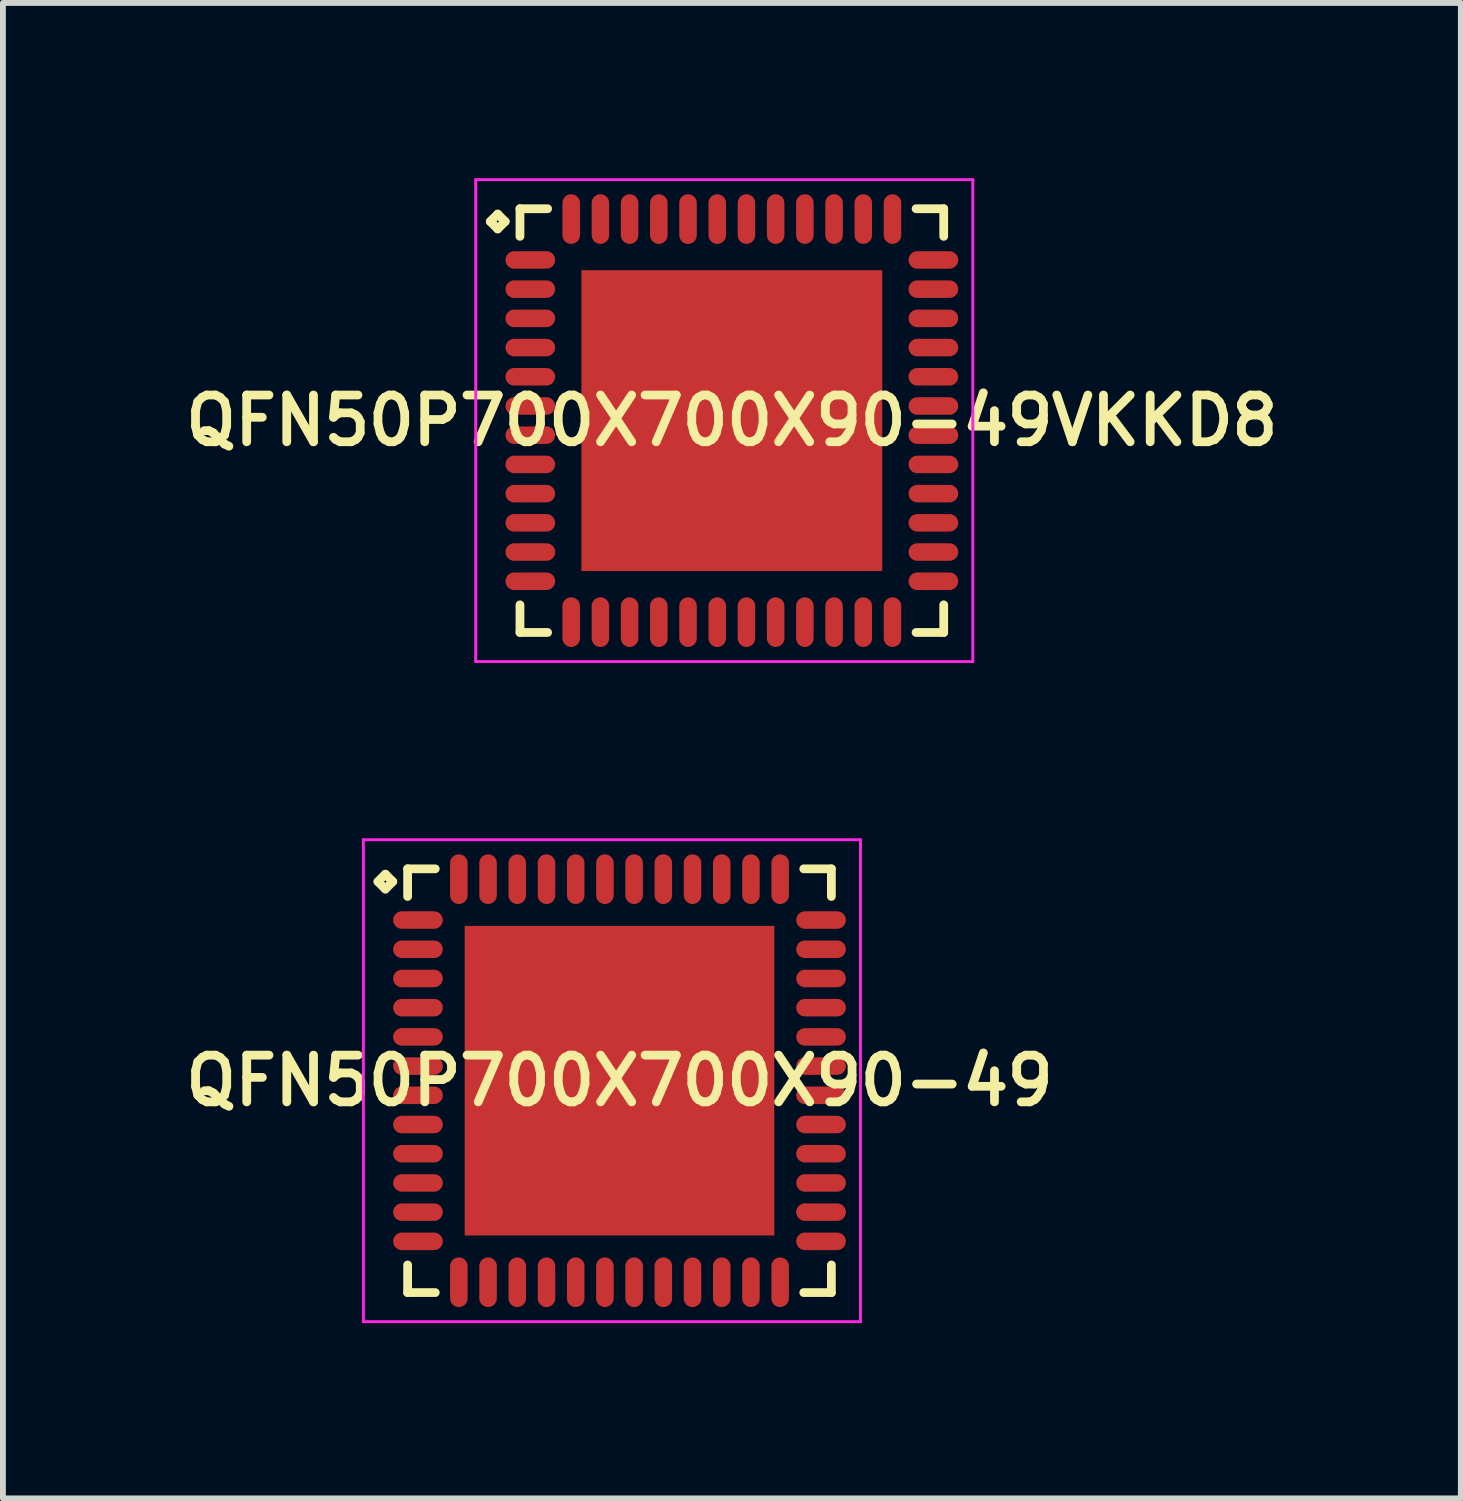
<source format=kicad_pcb>
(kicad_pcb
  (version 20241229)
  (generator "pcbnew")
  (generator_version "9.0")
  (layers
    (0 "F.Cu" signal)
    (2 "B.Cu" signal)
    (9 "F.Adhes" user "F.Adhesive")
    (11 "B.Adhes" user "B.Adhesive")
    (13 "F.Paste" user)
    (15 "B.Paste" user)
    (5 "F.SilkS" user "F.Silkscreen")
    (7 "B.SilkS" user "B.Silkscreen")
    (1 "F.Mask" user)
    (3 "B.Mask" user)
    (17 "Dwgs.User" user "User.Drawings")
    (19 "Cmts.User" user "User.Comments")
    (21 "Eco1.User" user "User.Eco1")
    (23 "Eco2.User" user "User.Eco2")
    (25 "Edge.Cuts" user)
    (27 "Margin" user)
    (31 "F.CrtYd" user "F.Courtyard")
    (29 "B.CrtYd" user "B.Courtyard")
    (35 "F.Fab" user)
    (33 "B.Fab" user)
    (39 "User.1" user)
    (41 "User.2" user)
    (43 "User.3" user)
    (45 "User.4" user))
  (footprint "QFN50P700X700X90-49"
    (layer "F.Cu")
    (at 7.555 15.45)
    (property "Reference" "QFN50P700X700X90-49" (at 0 0 0) (layer "F.SilkS") (effects (font (size 0.8 0.8) (thickness 0.15))))
    (attr smd)
    (fp_line (start -4.135 -3.408) (end -4.008 -3.535) (stroke (width 0.15) (type solid)) (layer "F.SilkS"))
    (fp_line (start -4.008 -3.535) (end -3.881 -3.408) (stroke (width 0.15) (type solid)) (layer "F.SilkS"))
    (fp_line (start -4.008 -3.281) (end -4.135 -3.408) (stroke (width 0.15) (type solid)) (layer "F.SilkS"))
    (fp_line (start -3.881 -3.408) (end -4.008 -3.281) (stroke (width 0.15) (type solid)) (layer "F.SilkS"))
    (fp_line (start -3.627 -3.627) (end -3.154 -3.627) (stroke (width 0.15) (type solid)) (layer "F.SilkS"))
    (fp_line (start -3.627 -3.154) (end -3.627 -3.627) (stroke (width 0.15) (type solid)) (layer "F.SilkS"))
    (fp_line (start -3.627 3.154) (end -3.627 3.627) (stroke (width 0.15) (type solid)) (layer "F.SilkS"))
    (fp_line (start -3.627 3.627) (end -3.154 3.627) (stroke (width 0.15) (type solid)) (layer "F.SilkS"))
    (fp_line (start 3.154 -3.627) (end 3.627 -3.627) (stroke (width 0.15) (type solid)) (layer "F.SilkS"))
    (fp_line (start 3.154 3.627) (end 3.627 3.627) (stroke (width 0.15) (type solid)) (layer "F.SilkS"))
    (fp_line (start 3.627 -3.627) (end 3.627 -3.154) (stroke (width 0.15) (type solid)) (layer "F.SilkS"))
    (fp_line (start 3.627 3.627) (end 3.627 3.154) (stroke (width 0.15) (type solid)) (layer "F.SilkS"))
    (fp_line (start -4.385 -4.125) (end 4.125 -4.125) (stroke (width 0.05) (type solid)) (layer "F.CrtYd"))
    (fp_line (start -4.385 4.125) (end -4.385 -4.125) (stroke (width 0.05) (type solid)) (layer "F.CrtYd"))
    (fp_line (start 4.125 -4.125) (end 4.125 4.125) (stroke (width 0.05) (type solid)) (layer "F.CrtYd"))
    (fp_line (start 4.125 4.125) (end -4.385 4.125) (stroke (width 0.05) (type solid)) (layer "F.CrtYd"))
    (pad "1" smd oval (at -3.45 -2.75) (size 0.85 0.3) (layers "F.Cu" "F.Mask" "F.Paste"))
    (pad "2" smd oval (at -3.45 -2.25) (size 0.85 0.3) (layers "F.Cu" "F.Mask" "F.Paste"))
    (pad "3" smd oval (at -3.45 -1.75) (size 0.85 0.3) (layers "F.Cu" "F.Mask" "F.Paste"))
    (pad "4" smd oval (at -3.45 -1.25) (size 0.85 0.3) (layers "F.Cu" "F.Mask" "F.Paste"))
    (pad "5" smd oval (at -3.45 -0.75) (size 0.85 0.3) (layers "F.Cu" "F.Mask" "F.Paste"))
    (pad "6" smd oval (at -3.45 -0.25) (size 0.85 0.3) (layers "F.Cu" "F.Mask" "F.Paste"))
    (pad "7" smd oval (at -3.45 0.25) (size 0.85 0.3) (layers "F.Cu" "F.Mask" "F.Paste"))
    (pad "8" smd oval (at -3.45 0.75) (size 0.85 0.3) (layers "F.Cu" "F.Mask" "F.Paste"))
    (pad "9" smd oval (at -3.45 1.25) (size 0.85 0.3) (layers "F.Cu" "F.Mask" "F.Paste"))
    (pad "10" smd oval (at -3.45 1.75) (size 0.85 0.3) (layers "F.Cu" "F.Mask" "F.Paste"))
    (pad "11" smd oval (at -3.45 2.25) (size 0.85 0.3) (layers "F.Cu" "F.Mask" "F.Paste"))
    (pad "12" smd oval (at -3.45 2.75) (size 0.85 0.3) (layers "F.Cu" "F.Mask" "F.Paste"))
    (pad "13" smd oval (at -2.75 3.45) (size 0.3 0.85) (layers "F.Cu" "F.Mask" "F.Paste"))
    (pad "14" smd oval (at -2.25 3.45) (size 0.3 0.85) (layers "F.Cu" "F.Mask" "F.Paste"))
    (pad "15" smd oval (at -1.75 3.45) (size 0.3 0.85) (layers "F.Cu" "F.Mask" "F.Paste"))
    (pad "16" smd oval (at -1.25 3.45) (size 0.3 0.85) (layers "F.Cu" "F.Mask" "F.Paste"))
    (pad "17" smd oval (at -0.75 3.45) (size 0.3 0.85) (layers "F.Cu" "F.Mask" "F.Paste"))
    (pad "18" smd oval (at -0.25 3.45) (size 0.3 0.85) (layers "F.Cu" "F.Mask" "F.Paste"))
    (pad "19" smd oval (at 0.25 3.45) (size 0.3 0.85) (layers "F.Cu" "F.Mask" "F.Paste"))
    (pad "20" smd oval (at 0.75 3.45) (size 0.3 0.85) (layers "F.Cu" "F.Mask" "F.Paste"))
    (pad "21" smd oval (at 1.25 3.45) (size 0.3 0.85) (layers "F.Cu" "F.Mask" "F.Paste"))
    (pad "22" smd oval (at 1.75 3.45) (size 0.3 0.85) (layers "F.Cu" "F.Mask" "F.Paste"))
    (pad "23" smd oval (at 2.25 3.45) (size 0.3 0.85) (layers "F.Cu" "F.Mask" "F.Paste"))
    (pad "24" smd oval (at 2.75 3.45) (size 0.3 0.85) (layers "F.Cu" "F.Mask" "F.Paste"))
    (pad "25" smd oval (at 3.45 2.75) (size 0.85 0.3) (layers "F.Cu" "F.Mask" "F.Paste"))
    (pad "26" smd oval (at 3.45 2.25) (size 0.85 0.3) (layers "F.Cu" "F.Mask" "F.Paste"))
    (pad "27" smd oval (at 3.45 1.75) (size 0.85 0.3) (layers "F.Cu" "F.Mask" "F.Paste"))
    (pad "28" smd oval (at 3.45 1.25) (size 0.85 0.3) (layers "F.Cu" "F.Mask" "F.Paste"))
    (pad "29" smd oval (at 3.45 0.75) (size 0.85 0.3) (layers "F.Cu" "F.Mask" "F.Paste"))
    (pad "30" smd oval (at 3.45 0.25) (size 0.85 0.3) (layers "F.Cu" "F.Mask" "F.Paste"))
    (pad "31" smd oval (at 3.45 -0.25) (size 0.85 0.3) (layers "F.Cu" "F.Mask" "F.Paste"))
    (pad "32" smd oval (at 3.45 -0.75) (size 0.85 0.3) (layers "F.Cu" "F.Mask" "F.Paste"))
    (pad "33" smd oval (at 3.45 -1.25) (size 0.85 0.3) (layers "F.Cu" "F.Mask" "F.Paste"))
    (pad "34" smd oval (at 3.45 -1.75) (size 0.85 0.3) (layers "F.Cu" "F.Mask" "F.Paste"))
    (pad "35" smd oval (at 3.45 -2.25) (size 0.85 0.3) (layers "F.Cu" "F.Mask" "F.Paste"))
    (pad "36" smd oval (at 3.45 -2.75) (size 0.85 0.3) (layers "F.Cu" "F.Mask" "F.Paste"))
    (pad "37" smd oval (at 2.75 -3.45) (size 0.3 0.85) (layers "F.Cu" "F.Mask" "F.Paste"))
    (pad "38" smd oval (at 2.25 -3.45) (size 0.3 0.85) (layers "F.Cu" "F.Mask" "F.Paste"))
    (pad "39" smd oval (at 1.75 -3.45) (size 0.3 0.85) (layers "F.Cu" "F.Mask" "F.Paste"))
    (pad "40" smd oval (at 1.25 -3.45) (size 0.3 0.85) (layers "F.Cu" "F.Mask" "F.Paste"))
    (pad "41" smd oval (at 0.75 -3.45) (size 0.3 0.85) (layers "F.Cu" "F.Mask" "F.Paste"))
    (pad "42" smd oval (at 0.25 -3.45) (size 0.3 0.85) (layers "F.Cu" "F.Mask" "F.Paste"))
    (pad "43" smd oval (at -0.25 -3.45) (size 0.3 0.85) (layers "F.Cu" "F.Mask" "F.Paste"))
    (pad "44" smd oval (at -0.75 -3.45) (size 0.3 0.85) (layers "F.Cu" "F.Mask" "F.Paste"))
    (pad "45" smd oval (at -1.25 -3.45) (size 0.3 0.85) (layers "F.Cu" "F.Mask" "F.Paste"))
    (pad "46" smd oval (at -1.75 -3.45) (size 0.3 0.85) (layers "F.Cu" "F.Mask" "F.Paste"))
    (pad "47" smd oval (at -2.25 -3.45) (size 0.3 0.85) (layers "F.Cu" "F.Mask" "F.Paste"))
    (pad "48" smd oval (at -2.75 -3.45) (size 0.3 0.85) (layers "F.Cu" "F.Mask" "F.Paste"))
    (pad "49" smd rect (at 0 0) (size 5.3 5.3) (layers "F.Cu" "F.Mask" "F.Paste")))
  (footprint "QFN50P700X700X90-49VKKD8"
    (layer "F.Cu")
    (at 9.478 4.15)
    (property "Reference" "QFN50P700X700X90-49VKKD8" (at 0 0 0) (layer "F.SilkS") (effects (font (size 0.8 0.8) (thickness 0.15))))
    (attr smd)
    (fp_line (start -4.135 -3.408) (end -4.008 -3.535) (stroke (width 0.15) (type solid)) (layer "F.SilkS"))
    (fp_line (start -4.008 -3.535) (end -3.881 -3.408) (stroke (width 0.15) (type solid)) (layer "F.SilkS"))
    (fp_line (start -4.008 -3.281) (end -4.135 -3.408) (stroke (width 0.15) (type solid)) (layer "F.SilkS"))
    (fp_line (start -3.881 -3.408) (end -4.008 -3.281) (stroke (width 0.15) (type solid)) (layer "F.SilkS"))
    (fp_line (start -3.627 -3.627) (end -3.154 -3.627) (stroke (width 0.15) (type solid)) (layer "F.SilkS"))
    (fp_line (start -3.627 -3.154) (end -3.627 -3.627) (stroke (width 0.15) (type solid)) (layer "F.SilkS"))
    (fp_line (start -3.627 3.154) (end -3.627 3.627) (stroke (width 0.15) (type solid)) (layer "F.SilkS"))
    (fp_line (start -3.627 3.627) (end -3.154 3.627) (stroke (width 0.15) (type solid)) (layer "F.SilkS"))
    (fp_line (start 3.154 -3.627) (end 3.627 -3.627) (stroke (width 0.15) (type solid)) (layer "F.SilkS"))
    (fp_line (start 3.154 3.627) (end 3.627 3.627) (stroke (width 0.15) (type solid)) (layer "F.SilkS"))
    (fp_line (start 3.627 -3.627) (end 3.627 -3.154) (stroke (width 0.15) (type solid)) (layer "F.SilkS"))
    (fp_line (start 3.627 3.627) (end 3.627 3.154) (stroke (width 0.15) (type solid)) (layer "F.SilkS"))
    (fp_line (start -4.385 -4.125) (end 4.125 -4.125) (stroke (width 0.05) (type solid)) (layer "F.CrtYd"))
    (fp_line (start -4.385 4.125) (end -4.385 -4.125) (stroke (width 0.05) (type solid)) (layer "F.CrtYd"))
    (fp_line (start 4.125 -4.125) (end 4.125 4.125) (stroke (width 0.05) (type solid)) (layer "F.CrtYd"))
    (fp_line (start 4.125 4.125) (end -4.385 4.125) (stroke (width 0.05) (type solid)) (layer "F.CrtYd"))
    (pad "1" smd oval (at -3.45 -2.75) (size 0.85 0.3) (layers "F.Cu" "F.Mask" "F.Paste"))
    (pad "2" smd oval (at -3.45 -2.25) (size 0.85 0.3) (layers "F.Cu" "F.Mask" "F.Paste"))
    (pad "3" smd oval (at -3.45 -1.75) (size 0.85 0.3) (layers "F.Cu" "F.Mask" "F.Paste"))
    (pad "4" smd oval (at -3.45 -1.25) (size 0.85 0.3) (layers "F.Cu" "F.Mask" "F.Paste"))
    (pad "5" smd oval (at -3.45 -0.75) (size 0.85 0.3) (layers "F.Cu" "F.Mask" "F.Paste"))
    (pad "6" smd oval (at -3.45 -0.25) (size 0.85 0.3) (layers "F.Cu" "F.Mask" "F.Paste"))
    (pad "7" smd oval (at -3.45 0.25) (size 0.85 0.3) (layers "F.Cu" "F.Mask" "F.Paste"))
    (pad "8" smd oval (at -3.45 0.75) (size 0.85 0.3) (layers "F.Cu" "F.Mask" "F.Paste"))
    (pad "9" smd oval (at -3.45 1.25) (size 0.85 0.3) (layers "F.Cu" "F.Mask" "F.Paste"))
    (pad "10" smd oval (at -3.45 1.75) (size 0.85 0.3) (layers "F.Cu" "F.Mask" "F.Paste"))
    (pad "11" smd oval (at -3.45 2.25) (size 0.85 0.3) (layers "F.Cu" "F.Mask" "F.Paste"))
    (pad "12" smd oval (at -3.45 2.75) (size 0.85 0.3) (layers "F.Cu" "F.Mask" "F.Paste"))
    (pad "13" smd oval (at -2.75 3.45) (size 0.3 0.85) (layers "F.Cu" "F.Mask" "F.Paste"))
    (pad "14" smd oval (at -2.25 3.45) (size 0.3 0.85) (layers "F.Cu" "F.Mask" "F.Paste"))
    (pad "15" smd oval (at -1.75 3.45) (size 0.3 0.85) (layers "F.Cu" "F.Mask" "F.Paste"))
    (pad "16" smd oval (at -1.25 3.45) (size 0.3 0.85) (layers "F.Cu" "F.Mask" "F.Paste"))
    (pad "17" smd oval (at -0.75 3.45) (size 0.3 0.85) (layers "F.Cu" "F.Mask" "F.Paste"))
    (pad "18" smd oval (at -0.25 3.45) (size 0.3 0.85) (layers "F.Cu" "F.Mask" "F.Paste"))
    (pad "19" smd oval (at 0.25 3.45) (size 0.3 0.85) (layers "F.Cu" "F.Mask" "F.Paste"))
    (pad "20" smd oval (at 0.75 3.45) (size 0.3 0.85) (layers "F.Cu" "F.Mask" "F.Paste"))
    (pad "21" smd oval (at 1.25 3.45) (size 0.3 0.85) (layers "F.Cu" "F.Mask" "F.Paste"))
    (pad "22" smd oval (at 1.75 3.45) (size 0.3 0.85) (layers "F.Cu" "F.Mask" "F.Paste"))
    (pad "23" smd oval (at 2.25 3.45) (size 0.3 0.85) (layers "F.Cu" "F.Mask" "F.Paste"))
    (pad "24" smd oval (at 2.75 3.45) (size 0.3 0.85) (layers "F.Cu" "F.Mask" "F.Paste"))
    (pad "25" smd oval (at 3.45 2.75) (size 0.85 0.3) (layers "F.Cu" "F.Mask" "F.Paste"))
    (pad "26" smd oval (at 3.45 2.25) (size 0.85 0.3) (layers "F.Cu" "F.Mask" "F.Paste"))
    (pad "27" smd oval (at 3.45 1.75) (size 0.85 0.3) (layers "F.Cu" "F.Mask" "F.Paste"))
    (pad "28" smd oval (at 3.45 1.25) (size 0.85 0.3) (layers "F.Cu" "F.Mask" "F.Paste"))
    (pad "29" smd oval (at 3.45 0.75) (size 0.85 0.3) (layers "F.Cu" "F.Mask" "F.Paste"))
    (pad "30" smd oval (at 3.45 0.25) (size 0.85 0.3) (layers "F.Cu" "F.Mask" "F.Paste"))
    (pad "31" smd oval (at 3.45 -0.25) (size 0.85 0.3) (layers "F.Cu" "F.Mask" "F.Paste"))
    (pad "32" smd oval (at 3.45 -0.75) (size 0.85 0.3) (layers "F.Cu" "F.Mask" "F.Paste"))
    (pad "33" smd oval (at 3.45 -1.25) (size 0.85 0.3) (layers "F.Cu" "F.Mask" "F.Paste"))
    (pad "34" smd oval (at 3.45 -1.75) (size 0.85 0.3) (layers "F.Cu" "F.Mask" "F.Paste"))
    (pad "35" smd oval (at 3.45 -2.25) (size 0.85 0.3) (layers "F.Cu" "F.Mask" "F.Paste"))
    (pad "36" smd oval (at 3.45 -2.75) (size 0.85 0.3) (layers "F.Cu" "F.Mask" "F.Paste"))
    (pad "37" smd oval (at 2.75 -3.45) (size 0.3 0.85) (layers "F.Cu" "F.Mask" "F.Paste"))
    (pad "38" smd oval (at 2.25 -3.45) (size 0.3 0.85) (layers "F.Cu" "F.Mask" "F.Paste"))
    (pad "39" smd oval (at 1.75 -3.45) (size 0.3 0.85) (layers "F.Cu" "F.Mask" "F.Paste"))
    (pad "40" smd oval (at 1.25 -3.45) (size 0.3 0.85) (layers "F.Cu" "F.Mask" "F.Paste"))
    (pad "41" smd oval (at 0.75 -3.45) (size 0.3 0.85) (layers "F.Cu" "F.Mask" "F.Paste"))
    (pad "42" smd oval (at 0.25 -3.45) (size 0.3 0.85) (layers "F.Cu" "F.Mask" "F.Paste"))
    (pad "43" smd oval (at -0.25 -3.45) (size 0.3 0.85) (layers "F.Cu" "F.Mask" "F.Paste"))
    (pad "44" smd oval (at -0.75 -3.45) (size 0.3 0.85) (layers "F.Cu" "F.Mask" "F.Paste"))
    (pad "45" smd oval (at -1.25 -3.45) (size 0.3 0.85) (layers "F.Cu" "F.Mask" "F.Paste"))
    (pad "46" smd oval (at -1.75 -3.45) (size 0.3 0.85) (layers "F.Cu" "F.Mask" "F.Paste"))
    (pad "47" smd oval (at -2.25 -3.45) (size 0.3 0.85) (layers "F.Cu" "F.Mask" "F.Paste"))
    (pad "48" smd oval (at -2.75 -3.45) (size 0.3 0.85) (layers "F.Cu" "F.Mask" "F.Paste"))
    (pad "49" smd rect (at 0 0) (size 5.15 5.15) (layers "F.Cu" "F.Mask" "F.Paste")))
  (gr_rect
    (start -3 -3)
    (end 21.957 22.6)
    (stroke (width 0.1) (type default))
    (fill no)
    (layer "Edge.Cuts")))
</source>
